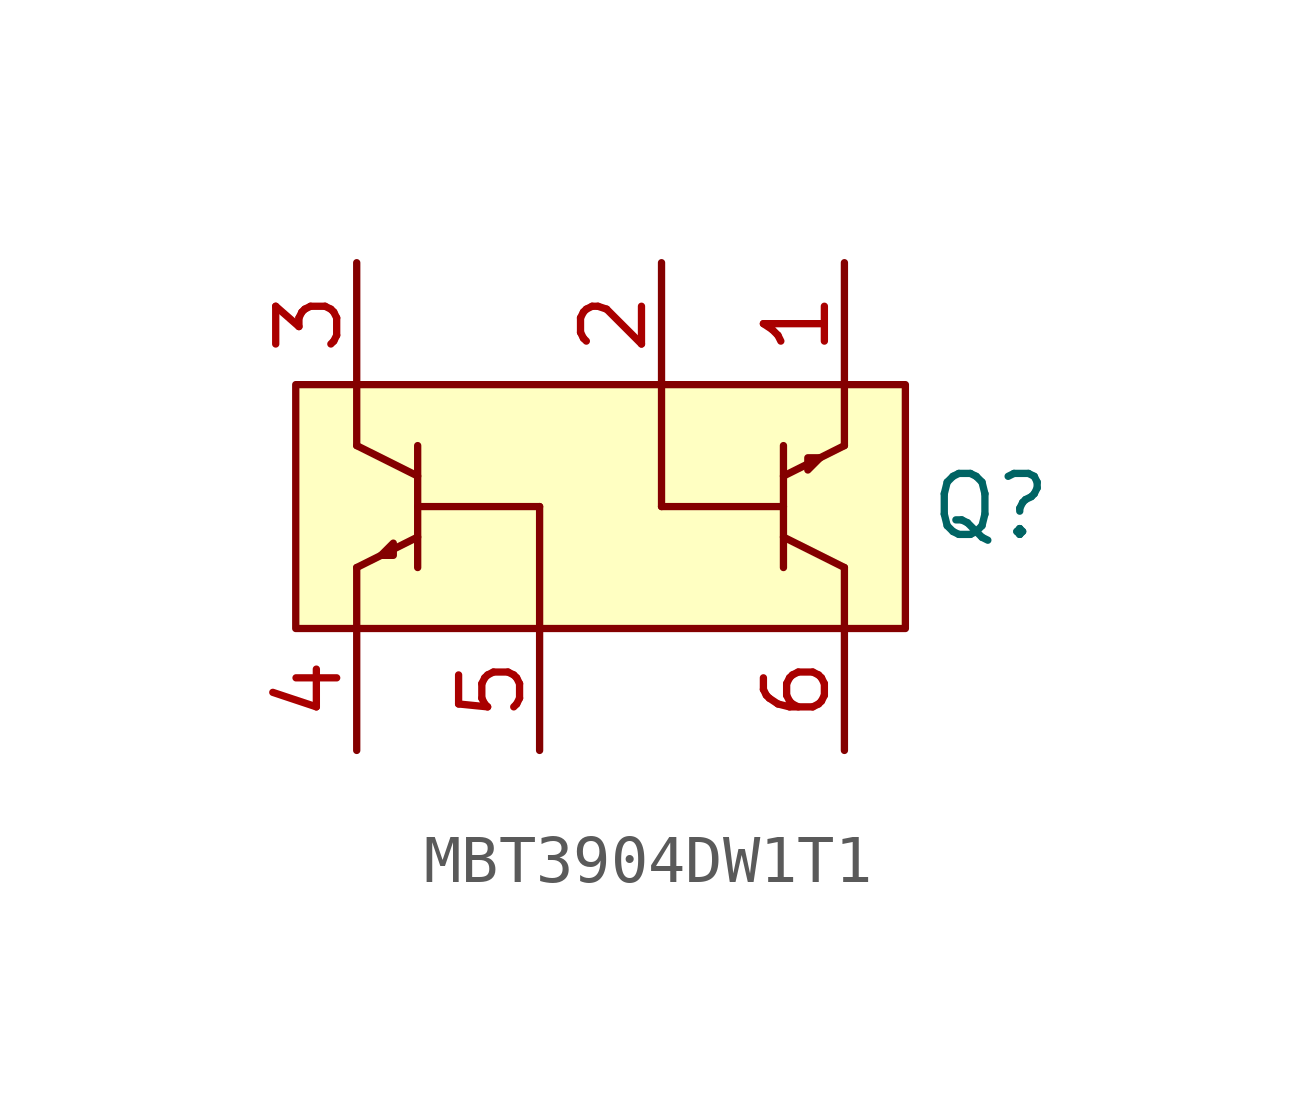
<source format=kicad_sym>
(kicad_symbol_lib
  (version 20241209)
  (generator "kicad_symbol_editor")
  (generator_version "9.0")
  (symbol "MBT3904DW1T1"
    (property "Reference" "Q"
      (at 8.128 0 0)
      (effects (font (size 1.27 1.27))))
    (property "Value" ""
      (at 0 0 0)
      (effects (font (size 1.27 1.27))))
    (symbol "MBT3904DW1T1_0_1"
      (polyline (pts (xy -4.572 -1.016) (xy -4.318 -0.762) (xy -4.318 -1.016) (xy -4.572 -1.016)) (stroke (width 0) (type default)) (fill (type none)))
      (polyline (pts (xy -3.81 1.27) (xy -3.81 -1.27)) (stroke (width 0) (type default)) (fill (type none)))
      (polyline (pts (xy -3.81 0.635) (xy -5.08 1.27)) (stroke (width 0) (type default)) (fill (type none)))
      (polyline (pts (xy -3.81 0) (xy -1.27 0)) (stroke (width 0) (type default)) (fill (type none)))
      (polyline (pts (xy -3.81 -0.635) (xy -5.08 -1.27)) (stroke (width 0) (type default)) (fill (type none)))
      (polyline (pts (xy 3.81 1.27) (xy 3.81 -1.27)) (stroke (width 0) (type default)) (fill (type none)))
      (polyline (pts (xy 3.81 0.635) (xy 5.08 1.27)) (stroke (width 0) (type default)) (fill (type none)))
      (polyline (pts (xy 3.81 0) (xy 1.27 0)) (stroke (width 0) (type default)) (fill (type none)))
      (polyline (pts (xy 3.81 -0.635) (xy 5.08 -1.27)) (stroke (width 0) (type default)) (fill (type none)))
      (polyline (pts (xy 4.572 1.016) (xy 4.318 1.016) (xy 4.318 0.762) (xy 4.572 1.016)) (stroke (width 0) (type default)) (fill (type none))))
    (symbol "MBT3904DW1T1_1_1"
      (rectangle (start -6.35 2.54) (end 6.35 -2.54) (stroke (width 0) (type solid)) (fill (type background)))
      (polyline (pts (xy -5.08 1.27) (xy -5.08 2.54)) (stroke (width 0) (type default)) (fill (type none)))
      (polyline (pts (xy -5.08 -1.27) (xy -5.08 -2.54)) (stroke (width 0) (type default)) (fill (type none)))
      (polyline (pts (xy -1.27 0) (xy -1.27 -2.54)) (stroke (width 0) (type default)) (fill (type none)))
      (polyline (pts (xy 1.27 0) (xy 1.27 2.54)) (stroke (width 0) (type default)) (fill (type none)))
      (polyline (pts (xy 5.08 1.27) (xy 5.08 2.54)) (stroke (width 0) (type default)) (fill (type none)))
      (polyline (pts (xy 5.08 -1.27) (xy 5.08 -2.54)) (stroke (width 0) (type default)) (fill (type none)))
      (pin passive line (at -5.08 5.08 270) (length 2.54) (name "" (effects (font (size 1.27 1.27)))) (number "3" (effects (font (size 1.27 1.27)))))
      (pin passive line (at -5.08 -5.08 90) (length 2.54) (name "" (effects (font (size 1.27 1.27)))) (number "4" (effects (font (size 1.27 1.27)))))
      (pin passive line (at -1.27 -5.08 90) (length 2.54) (name "" (effects (font (size 1.27 1.27)))) (number "5" (effects (font (size 1.27 1.27)))))
      (pin passive line (at 1.27 5.08 270) (length 2.54) (name "" (effects (font (size 1.27 1.27)))) (number "2" (effects (font (size 1.27 1.27)))))
      (pin passive line (at 5.08 5.08 270) (length 2.54) (name "" (effects (font (size 1.27 1.27)))) (number "1" (effects (font (size 1.27 1.27)))))
      (pin passive line (at 5.08 -5.08 90) (length 2.54) (name "" (effects (font (size 1.27 1.27)))) (number "6" (effects (font (size 1.27 1.27))))))))
</source>
